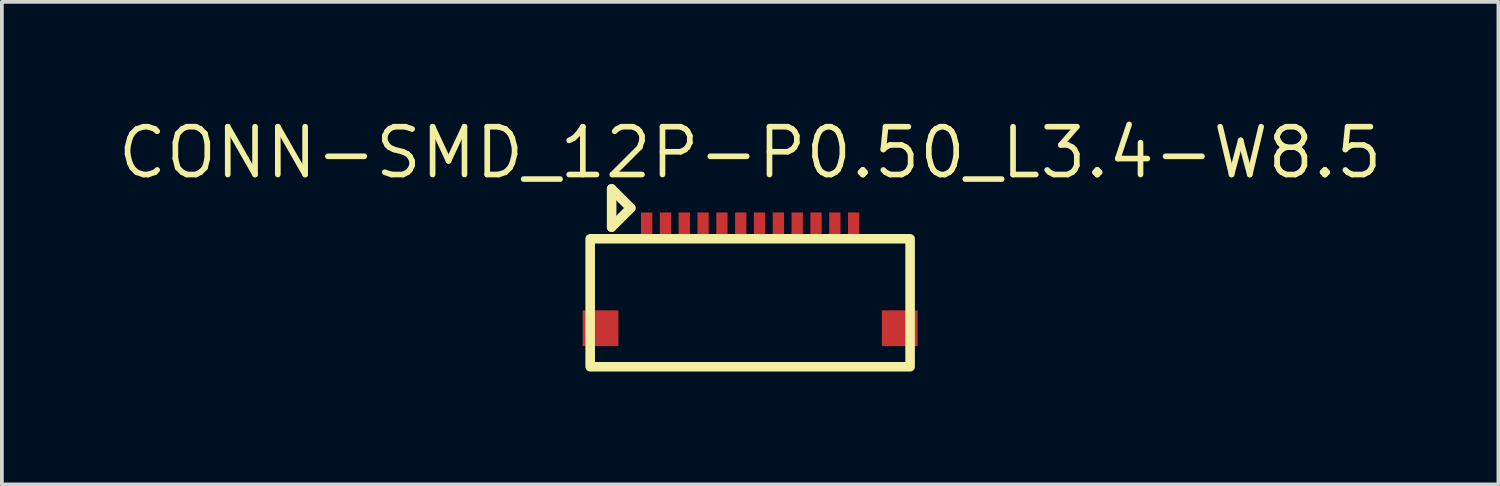
<source format=kicad_pcb>
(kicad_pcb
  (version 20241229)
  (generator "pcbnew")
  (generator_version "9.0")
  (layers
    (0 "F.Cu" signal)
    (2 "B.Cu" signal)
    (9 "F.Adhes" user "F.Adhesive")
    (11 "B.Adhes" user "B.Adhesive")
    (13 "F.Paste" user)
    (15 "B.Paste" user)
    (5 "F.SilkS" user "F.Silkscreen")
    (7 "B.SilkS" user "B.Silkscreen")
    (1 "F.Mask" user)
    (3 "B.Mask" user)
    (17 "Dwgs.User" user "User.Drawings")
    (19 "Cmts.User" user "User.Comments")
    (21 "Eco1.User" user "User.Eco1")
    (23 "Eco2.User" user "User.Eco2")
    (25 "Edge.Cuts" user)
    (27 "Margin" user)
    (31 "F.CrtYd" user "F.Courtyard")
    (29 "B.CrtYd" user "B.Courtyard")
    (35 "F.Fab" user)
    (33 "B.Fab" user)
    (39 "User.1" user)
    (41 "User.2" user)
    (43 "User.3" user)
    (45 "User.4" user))
  (footprint "CONN-SMD_12P-P0.50_L3.4-W8.5"
    (layer "F.Cu")
    (at 16.88 4.332)
    (property "Reference" "CONN-SMD_12P-P0.50_L3.4-W8.5" (at -0.00005 -3.325 0) (unlocked yes) (layer "F.SilkS") (effects (font (size 1.27 1.27) (thickness 0.15))))
    (fp_line (start -3.68 -2.364) (end -3.172 -1.855) (stroke (width 0.254) (type default)) (layer "F.SilkS"))
    (fp_line (start -3.68 -1.347) (end -3.68 -2.364) (stroke (width 0.254) (type default)) (layer "F.SilkS"))
    (fp_line (start -3.172 -1.855) (end -3.68 -1.347) (stroke (width 0.254) (type default)) (layer "F.SilkS"))
    (fp_rect (start -4.25 -1.038) (end 4.25 2.362) (stroke (width 0.254) (type default)) (fill no) (layer "F.SilkS"))
    (fp_circle (center -4.275 -1.525) (end -4.225 -1.525) (stroke (width 0.1) (type default)) (fill no) (layer "User.5"))
    (pad "0" smd rect (at -3.975 1.338) (size 0.95 0.95) (layers "F.Cu" "F.Mask" "F.Paste"))
    (pad "0" smd rect (at 3.975 1.338) (size 0.95 0.95) (layers "F.Cu" "F.Mask" "F.Paste"))
    (pad "1" smd rect (at -2.75 -1.337) (size 0.3 0.8) (layers "F.Cu" "F.Mask" "F.Paste"))
    (pad "2" smd rect (at -2.25 -1.337) (size 0.3 0.8) (layers "F.Cu" "F.Mask" "F.Paste"))
    (pad "3" smd rect (at -1.75 -1.337) (size 0.3 0.8) (layers "F.Cu" "F.Mask" "F.Paste"))
    (pad "4" smd rect (at -1.25 -1.337) (size 0.3 0.8) (layers "F.Cu" "F.Mask" "F.Paste"))
    (pad "5" smd rect (at -0.75 -1.337) (size 0.3 0.8) (layers "F.Cu" "F.Mask" "F.Paste"))
    (pad "6" smd rect (at -0.25 -1.337) (size 0.3 0.8) (layers "F.Cu" "F.Mask" "F.Paste"))
    (pad "7" smd rect (at 0.25 -1.337) (size 0.3 0.8) (layers "F.Cu" "F.Mask" "F.Paste"))
    (pad "8" smd rect (at 0.75 -1.337) (size 0.3 0.8) (layers "F.Cu" "F.Mask" "F.Paste"))
    (pad "9" smd rect (at 1.25 -1.337) (size 0.3 0.8) (layers "F.Cu" "F.Mask" "F.Paste"))
    (pad "10" smd rect (at 1.75 -1.337) (size 0.3 0.8) (layers "F.Cu" "F.Mask" "F.Paste"))
    (pad "11" smd rect (at 2.25 -1.337) (size 0.3 0.8) (layers "F.Cu" "F.Mask" "F.Paste"))
    (pad "12" smd rect (at 2.75 -1.337) (size 0.3 0.8) (layers "F.Cu" "F.Mask" "F.Paste"))
    (zone (net_name "") (layer "User.3") (hatch edge 0.5) (priority 100) (connect_pads yes) (min_thickness 0) (filled_areas_thickness no) (fill yes) (polygon (pts (xy 12.63 6.606) (xy 12.63 3.206) (xy 21.13 3.206) (xy 21.13 6.606))) (filled_polygon (layer "User.3") (island) (pts (xy 12.63 6.606) (xy 12.63 3.206) (xy 21.13 3.206) (xy 21.13 6.606))))
    (zone (net_name "") (layer "User.4") (hatch edge 0.5) (priority 100) (connect_pads yes) (min_thickness 0) (filled_areas_thickness no) (fill yes) (polygon (pts (xy 12.605 5.369) (xy 13.205 5.369) (xy 13.205 5.969) (xy 12.605 5.969))) (filled_polygon (layer "User.4") (island) (pts (xy 12.605 5.369) (xy 13.205 5.369) (xy 13.205 5.969) (xy 12.605 5.969))))
    (zone (net_name "") (layer "User.4") (hatch edge 0.5) (priority 100) (connect_pads yes) (min_thickness 0) (filled_areas_thickness no) (fill yes) (polygon (pts (xy 14.04 2.807) (xy 14.22 2.807) (xy 14.22 3.207) (xy 14.04 3.207))) (filled_polygon (layer "User.4") (island) (pts (xy 14.04 2.807) (xy 14.22 2.807) (xy 14.22 3.207) (xy 14.04 3.207))))
    (zone (net_name "") (layer "User.4") (hatch edge 0.5) (priority 100) (connect_pads yes) (min_thickness 0) (filled_areas_thickness no) (fill yes) (polygon (pts (xy 14.54 2.807) (xy 14.72 2.807) (xy 14.72 3.207) (xy 14.54 3.207))) (filled_polygon (layer "User.4") (island) (pts (xy 14.54 2.807) (xy 14.72 2.807) (xy 14.72 3.207) (xy 14.54 3.207))))
    (zone (net_name "") (layer "User.4") (hatch edge 0.5) (priority 100) (connect_pads yes) (min_thickness 0) (filled_areas_thickness no) (fill yes) (polygon (pts (xy 15.04 2.807) (xy 15.22 2.807) (xy 15.22 3.207) (xy 15.04 3.207))) (filled_polygon (layer "User.4") (island) (pts (xy 15.04 2.807) (xy 15.22 2.807) (xy 15.22 3.207) (xy 15.04 3.207))))
    (zone (net_name "") (layer "User.4") (hatch edge 0.5) (priority 100) (connect_pads yes) (min_thickness 0) (filled_areas_thickness no) (fill yes) (polygon (pts (xy 15.54 2.807) (xy 15.72 2.807) (xy 15.72 3.207) (xy 15.54 3.207))) (filled_polygon (layer "User.4") (island) (pts (xy 15.54 2.807) (xy 15.72 2.807) (xy 15.72 3.207) (xy 15.54 3.207))))
    (zone (net_name "") (layer "User.4") (hatch edge 0.5) (priority 100) (connect_pads yes) (min_thickness 0) (filled_areas_thickness no) (fill yes) (polygon (pts (xy 16.04 2.807) (xy 16.22 2.807) (xy 16.22 3.207) (xy 16.04 3.207))) (filled_polygon (layer "User.4") (island) (pts (xy 16.04 2.807) (xy 16.22 2.807) (xy 16.22 3.207) (xy 16.04 3.207))))
    (zone (net_name "") (layer "User.4") (hatch edge 0.5) (priority 100) (connect_pads yes) (min_thickness 0) (filled_areas_thickness no) (fill yes) (polygon (pts (xy 16.54 2.807) (xy 16.72 2.807) (xy 16.72 3.207) (xy 16.54 3.207))) (filled_polygon (layer "User.4") (island) (pts (xy 16.54 2.807) (xy 16.72 2.807) (xy 16.72 3.207) (xy 16.54 3.207))))
    (zone (net_name "") (layer "User.4") (hatch edge 0.5) (priority 100) (connect_pads yes) (min_thickness 0) (filled_areas_thickness no) (fill yes) (polygon (pts (xy 17.04 2.807) (xy 17.22 2.807) (xy 17.22 3.207) (xy 17.04 3.207))) (filled_polygon (layer "User.4") (island) (pts (xy 17.04 2.807) (xy 17.22 2.807) (xy 17.22 3.207) (xy 17.04 3.207))))
    (zone (net_name "") (layer "User.4") (hatch edge 0.5) (priority 100) (connect_pads yes) (min_thickness 0) (filled_areas_thickness no) (fill yes) (polygon (pts (xy 17.54 2.807) (xy 17.72 2.807) (xy 17.72 3.207) (xy 17.54 3.207))) (filled_polygon (layer "User.4") (island) (pts (xy 17.54 2.807) (xy 17.72 2.807) (xy 17.72 3.207) (xy 17.54 3.207))))
    (zone (net_name "") (layer "User.4") (hatch edge 0.5) (priority 100) (connect_pads yes) (min_thickness 0) (filled_areas_thickness no) (fill yes) (polygon (pts (xy 18.04 2.807) (xy 18.22 2.807) (xy 18.22 3.207) (xy 18.04 3.207))) (filled_polygon (layer "User.4") (island) (pts (xy 18.04 2.807) (xy 18.22 2.807) (xy 18.22 3.207) (xy 18.04 3.207))))
    (zone (net_name "") (layer "User.4") (hatch edge 0.5) (priority 100) (connect_pads yes) (min_thickness 0) (filled_areas_thickness no) (fill yes) (polygon (pts (xy 18.54 2.807) (xy 18.72 2.807) (xy 18.72 3.207) (xy 18.54 3.207))) (filled_polygon (layer "User.4") (island) (pts (xy 18.54 2.807) (xy 18.72 2.807) (xy 18.72 3.207) (xy 18.54 3.207))))
    (zone (net_name "") (layer "User.4") (hatch edge 0.5) (priority 100) (connect_pads yes) (min_thickness 0) (filled_areas_thickness no) (fill yes) (polygon (pts (xy 19.04 2.807) (xy 19.22 2.807) (xy 19.22 3.207) (xy 19.04 3.207))) (filled_polygon (layer "User.4") (island) (pts (xy 19.04 2.807) (xy 19.22 2.807) (xy 19.22 3.207) (xy 19.04 3.207))))
    (zone (net_name "") (layer "User.4") (hatch edge 0.5) (priority 100) (connect_pads yes) (min_thickness 0) (filled_areas_thickness no) (fill yes) (polygon (pts (xy 19.54 2.807) (xy 19.72 2.807) (xy 19.72 3.207) (xy 19.54 3.207))) (filled_polygon (layer "User.4") (island) (pts (xy 19.54 2.807) (xy 19.72 2.807) (xy 19.72 3.207) (xy 19.54 3.207))))
    (zone (net_name "") (layer "User.4") (hatch edge 0.5) (priority 100) (connect_pads yes) (min_thickness 0) (filled_areas_thickness no) (fill yes) (polygon (pts (xy 20.555 5.369) (xy 21.155 5.369) (xy 21.155 5.969) (xy 20.555 5.969))) (filled_polygon (layer "User.4") (island) (pts (xy 20.555 5.369) (xy 21.155 5.369) (xy 21.155 5.969) (xy 20.555 5.969)))))
  (gr_rect
    (start -3 -3)
    (end 36.76 9.821)
    (stroke (width 0.1) (type default))
    (fill no)
    (layer "Edge.Cuts")))
</source>
